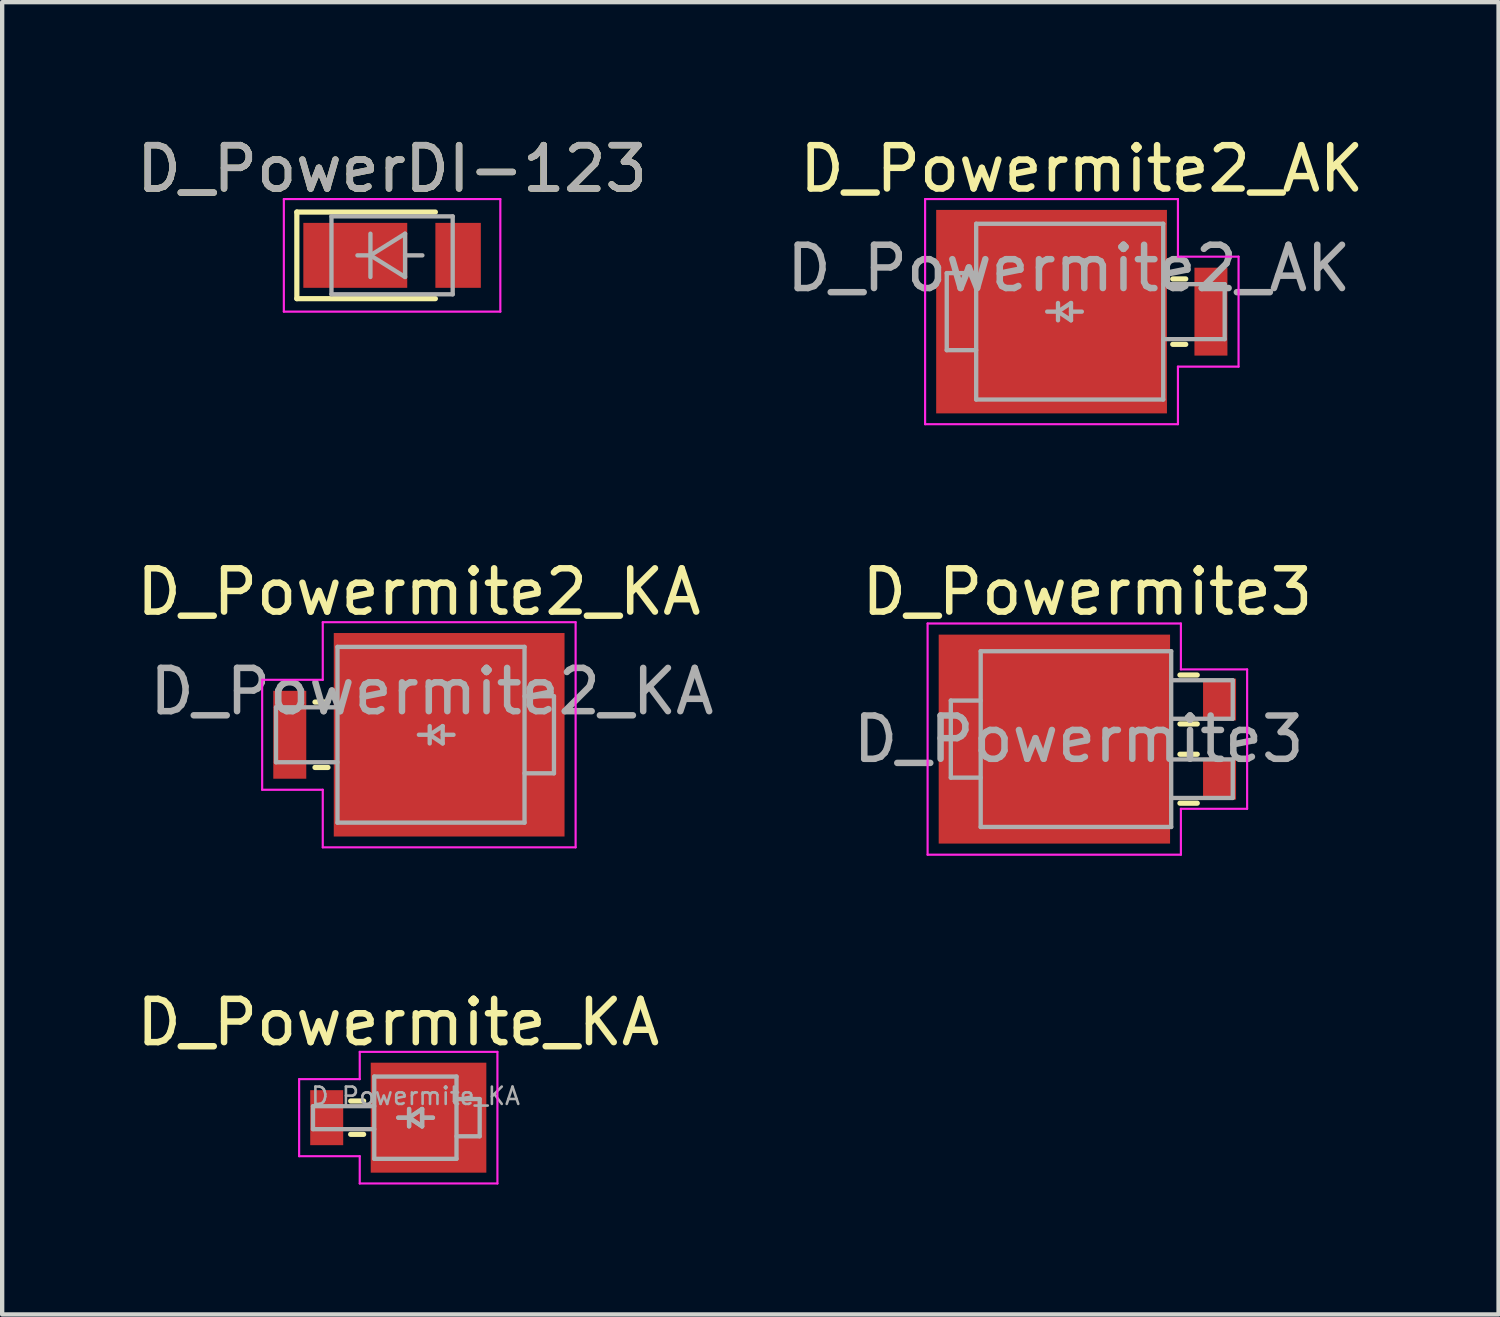
<source format=kicad_pcb>
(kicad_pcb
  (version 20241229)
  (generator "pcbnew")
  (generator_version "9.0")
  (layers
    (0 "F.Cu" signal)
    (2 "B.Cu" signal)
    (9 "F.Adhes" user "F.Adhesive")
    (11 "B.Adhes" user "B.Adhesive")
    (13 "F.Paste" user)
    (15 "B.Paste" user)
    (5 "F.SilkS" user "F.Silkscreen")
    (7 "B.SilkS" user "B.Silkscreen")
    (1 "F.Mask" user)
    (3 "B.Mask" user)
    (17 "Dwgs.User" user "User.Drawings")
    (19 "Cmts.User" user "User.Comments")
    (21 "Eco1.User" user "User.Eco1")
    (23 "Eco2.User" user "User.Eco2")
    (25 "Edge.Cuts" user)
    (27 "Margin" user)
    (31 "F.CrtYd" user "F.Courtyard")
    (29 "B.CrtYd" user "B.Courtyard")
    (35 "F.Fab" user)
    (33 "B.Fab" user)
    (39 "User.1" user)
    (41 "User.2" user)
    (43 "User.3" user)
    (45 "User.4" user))
  (footprint "D_PowerDI-123"
    (layer "F.Cu")
    (at 6.006 2.848)
    (property "Reference" "D_PowerDI-123" (at 0 -2 0) (layer "F.SilkS") (effects (font (size 1 1) (thickness 0.15))))
    (attr smd)
    (fp_line (start -2.2 1) (end -2.2 -1) (stroke (width 0.12) (type solid)) (layer "F.SilkS"))
    (fp_line (start -2.2 1) (end 1 1) (stroke (width 0.12) (type solid)) (layer "F.SilkS"))
    (fp_line (start 1 -1) (end -2.2 -1) (stroke (width 0.12) (type solid)) (layer "F.SilkS"))
    (fp_line (start -2.5 -1.3) (end 2.5 -1.3) (stroke (width 0.05) (type solid)) (layer "F.CrtYd"))
    (fp_line (start -2.5 1.3) (end -2.5 -1.3) (stroke (width 0.05) (type solid)) (layer "F.CrtYd"))
    (fp_line (start 2.5 -1.3) (end 2.5 1.3) (stroke (width 0.05) (type solid)) (layer "F.CrtYd"))
    (fp_line (start 2.5 1.3) (end -2.5 1.3) (stroke (width 0.05) (type solid)) (layer "F.CrtYd"))
    (fp_line (start -1.4 -0.9) (end 1.4 -0.9) (stroke (width 0.1) (type solid)) (layer "F.Fab"))
    (fp_line (start -1.4 0.9) (end -1.4 -0.9) (stroke (width 0.1) (type solid)) (layer "F.Fab"))
    (fp_line (start -0.8 0) (end -0.5 0) (stroke (width 0.1) (type solid)) (layer "F.Fab"))
    (fp_line (start -0.5 0) (end -0.5 -0.5) (stroke (width 0.1) (type solid)) (layer "F.Fab"))
    (fp_line (start -0.5 0) (end -0.5 0.5) (stroke (width 0.1) (type solid)) (layer "F.Fab"))
    (fp_line (start -0.5 0) (end 0.3 0.5) (stroke (width 0.1) (type solid)) (layer "F.Fab"))
    (fp_line (start 0.3 -0.5) (end -0.5 0) (stroke (width 0.1) (type solid)) (layer "F.Fab"))
    (fp_line (start 0.3 0) (end 0.7 0) (stroke (width 0.1) (type solid)) (layer "F.Fab"))
    (fp_line (start 0.3 0.5) (end 0.3 -0.5) (stroke (width 0.1) (type solid)) (layer "F.Fab"))
    (fp_line (start 1.4 -0.9) (end 1.4 0.9) (stroke (width 0.1) (type solid)) (layer "F.Fab"))
    (fp_line (start 1.4 0.9) (end -1.4 0.9) (stroke (width 0.1) (type solid)) (layer "F.Fab"))
    (fp_text user "${REFERENCE}" (at 0 -2 0) (layer "F.Fab") (effects (font (size 1 1) (thickness 0.15))))
    (pad "1" smd rect (at -0.85 0 180) (size 2.4 1.5) (layers "F.Cu" "F.Mask" "F.Paste"))
    (pad "2" smd rect (at 1.525 0 180) (size 1.05 1.5) (layers "F.Cu" "F.Mask" "F.Paste")))
  (footprint "D_Powermite_KA"
    (layer "F.Cu")
    (at 6.149 22.765)
    (property "Reference" "D_Powermite_KA" (at 0 -2.2 0) (layer "F.SilkS") (effects (font (size 1 1) (thickness 0.15))))
    (attr smd)
    (fp_line (start -1.1 -0.385) (end -0.8 -0.385) (stroke (width 0.12) (type solid)) (layer "F.SilkS"))
    (fp_line (start -1.1 0.385) (end -0.8 0.385) (stroke (width 0.12) (type solid)) (layer "F.SilkS"))
    (fp_line (start -2.29 -0.89) (end -2.29 0.89) (stroke (width 0.05) (type solid)) (layer "F.CrtYd"))
    (fp_line (start -2.29 0.89) (end -0.89 0.89) (stroke (width 0.05) (type solid)) (layer "F.CrtYd"))
    (fp_line (start -0.89 -1.52) (end -0.89 -0.89) (stroke (width 0.05) (type solid)) (layer "F.CrtYd"))
    (fp_line (start -0.89 -0.89) (end -2.29 -0.89) (stroke (width 0.05) (type solid)) (layer "F.CrtYd"))
    (fp_line (start -0.89 0.89) (end -0.89 1.52) (stroke (width 0.05) (type solid)) (layer "F.CrtYd"))
    (fp_line (start -0.89 1.52) (end 2.29 1.52) (stroke (width 0.05) (type solid)) (layer "F.CrtYd"))
    (fp_line (start 2.29 -1.52) (end -0.89 -1.52) (stroke (width 0.05) (type solid)) (layer "F.CrtYd"))
    (fp_line (start 2.29 1.52) (end 2.29 -1.52) (stroke (width 0.05) (type solid)) (layer "F.CrtYd"))
    (fp_line (start -1.97 -0.265) (end -1.97 0.265) (stroke (width 0.1) (type solid)) (layer "F.Fab"))
    (fp_line (start -1.97 -0.265) (end -0.555 -0.265) (stroke (width 0.1) (type solid)) (layer "F.Fab"))
    (fp_line (start -1.97 0.265) (end -0.555 0.265) (stroke (width 0.1) (type solid)) (layer "F.Fab"))
    (fp_line (start -0.555 -0.95) (end -0.555 0.95) (stroke (width 0.1) (type solid)) (layer "F.Fab"))
    (fp_line (start -0.555 0.95) (end 1.345 0.95) (stroke (width 0.1) (type solid)) (layer "F.Fab"))
    (fp_line (start 0.25 0) (end 0 0) (stroke (width 0.1) (type solid)) (layer "F.Fab"))
    (fp_line (start 0.25 0) (end 0 0) (stroke (width 0.1) (type solid)) (layer "F.Fab"))
    (fp_line (start 0.25 0) (end 0.55 0.2) (stroke (width 0.1) (type solid)) (layer "F.Fab"))
    (fp_line (start 0.25 0) (end 0.55 0.2) (stroke (width 0.1) (type solid)) (layer "F.Fab"))
    (fp_line (start 0.25 0.2) (end 0.25 -0.2) (stroke (width 0.1) (type solid)) (layer "F.Fab"))
    (fp_line (start 0.25 0.2) (end 0.25 -0.2) (stroke (width 0.1) (type solid)) (layer "F.Fab"))
    (fp_line (start 0.55 -0.2) (end 0.25 0) (stroke (width 0.1) (type solid)) (layer "F.Fab"))
    (fp_line (start 0.55 -0.2) (end 0.25 0) (stroke (width 0.1) (type solid)) (layer "F.Fab"))
    (fp_line (start 0.55 0) (end 0.8 0) (stroke (width 0.1) (type solid)) (layer "F.Fab"))
    (fp_line (start 0.55 0) (end 0.8 0) (stroke (width 0.1) (type solid)) (layer "F.Fab"))
    (fp_line (start 0.55 0.2) (end 0.55 -0.2) (stroke (width 0.1) (type solid)) (layer "F.Fab"))
    (fp_line (start 0.55 0.2) (end 0.55 -0.2) (stroke (width 0.1) (type solid)) (layer "F.Fab"))
    (fp_line (start 1.345 -0.95) (end -0.555 -0.95) (stroke (width 0.1) (type solid)) (layer "F.Fab"))
    (fp_line (start 1.345 -0.43) (end 1.88 -0.43) (stroke (width 0.1) (type solid)) (layer "F.Fab"))
    (fp_line (start 1.345 0.95) (end 1.345 -0.95) (stroke (width 0.1) (type solid)) (layer "F.Fab"))
    (fp_line (start 1.88 -0.43) (end 1.88 0.43) (stroke (width 0.1) (type solid)) (layer "F.Fab"))
    (fp_line (start 1.88 0.43) (end 1.345 0.43) (stroke (width 0.1) (type solid)) (layer "F.Fab"))
    (fp_text user "${REFERENCE}" (at 0.4 -0.5 0) (layer "F.Fab") (effects (font (size 0.4 0.4) (thickness 0.06))))
    (pad "1" smd rect (at -1.653 0) (size 0.762 1.27) (layers "F.Cu" "F.Mask" "F.Paste"))
    (pad "2" smd rect (at 0.699 0) (size 2.67 2.54) (layers "F.Cu" "F.Mask" "F.Paste")))
  (footprint "D_Powermite3"
    (layer "F.Cu")
    (at 22.065 14.021)
    (property "Reference" "D_Powermite3" (at 0 -3.4 0) (layer "F.SilkS") (effects (font (size 1 1) (thickness 0.15))))
    (attr smd)
    (fp_line (start 2.538 -1.48) (end 2.138 -1.48) (stroke (width 0.12) (type solid)) (layer "F.SilkS"))
    (fp_line (start 2.538 -0.35) (end 2.138 -0.35) (stroke (width 0.12) (type solid)) (layer "F.SilkS"))
    (fp_line (start 2.538 0.35) (end 2.138 0.35) (stroke (width 0.12) (type solid)) (layer "F.SilkS"))
    (fp_line (start 2.538 1.48) (end 2.138 1.48) (stroke (width 0.12) (type solid)) (layer "F.SilkS"))
    (fp_line (start -3.69 -2.67) (end -3.69 2.67) (stroke (width 0.05) (type solid)) (layer "F.CrtYd"))
    (fp_line (start -3.69 2.67) (end 2.16 2.67) (stroke (width 0.05) (type solid)) (layer "F.CrtYd"))
    (fp_line (start 2.16 -2.67) (end -3.69 -2.67) (stroke (width 0.05) (type solid)) (layer "F.CrtYd"))
    (fp_line (start 2.16 -1.61) (end 2.16 -2.67) (stroke (width 0.05) (type solid)) (layer "F.CrtYd"))
    (fp_line (start 2.16 1.61) (end 3.69 1.61) (stroke (width 0.05) (type solid)) (layer "F.CrtYd"))
    (fp_line (start 2.16 2.67) (end 2.16 1.61) (stroke (width 0.05) (type solid)) (layer "F.CrtYd"))
    (fp_line (start 3.69 -1.61) (end 2.16 -1.61) (stroke (width 0.05) (type solid)) (layer "F.CrtYd"))
    (fp_line (start 3.69 1.61) (end 3.69 -1.61) (stroke (width 0.05) (type solid)) (layer "F.CrtYd"))
    (fp_line (start -3.154 -0.89) (end -2.464 -0.89) (stroke (width 0.1) (type solid)) (layer "F.Fab"))
    (fp_line (start -3.154 0.89) (end -3.154 -0.89) (stroke (width 0.1) (type solid)) (layer "F.Fab"))
    (fp_line (start -2.464 -2.03) (end -2.464 2.03) (stroke (width 0.1) (type solid)) (layer "F.Fab"))
    (fp_line (start -2.464 0.89) (end -3.154 0.89) (stroke (width 0.1) (type solid)) (layer "F.Fab"))
    (fp_line (start -2.464 2.03) (end 1.936 2.03) (stroke (width 0.1) (type solid)) (layer "F.Fab"))
    (fp_line (start 1.936 -2.03) (end -2.464 -2.03) (stroke (width 0.1) (type solid)) (layer "F.Fab"))
    (fp_line (start 1.936 2.03) (end 1.936 -2.03) (stroke (width 0.1) (type solid)) (layer "F.Fab"))
    (fp_line (start 3.358 -1.359) (end 1.936 -1.359) (stroke (width 0.1) (type solid)) (layer "F.Fab"))
    (fp_line (start 3.358 -0.47) (end 1.936 -0.47) (stroke (width 0.1) (type solid)) (layer "F.Fab"))
    (fp_line (start 3.358 -0.47) (end 3.358 -1.359) (stroke (width 0.1) (type solid)) (layer "F.Fab"))
    (fp_line (start 3.358 0.47) (end 1.936 0.47) (stroke (width 0.1) (type solid)) (layer "F.Fab"))
    (fp_line (start 3.358 1.359) (end 1.936 1.359) (stroke (width 0.1) (type solid)) (layer "F.Fab"))
    (fp_line (start 3.358 1.359) (end 3.358 0.47) (stroke (width 0.1) (type solid)) (layer "F.Fab"))
    (fp_text user "${REFERENCE}" (at -0.2 0 0) (layer "F.Fab") (effects (font (size 1 1) (thickness 0.15))))
    (pad "1" smd rect (at -0.762 0 180) (size 5.344 4.826) (layers "F.Cu" "F.Mask" "F.Paste"))
    (pad "2" smd rect (at 3.053 -0.914 180) (size 0.762 0.965) (layers "F.Cu" "F.Mask" "F.Paste"))
    (pad "3" smd rect (at 3.053 0.914 180) (size 0.762 0.965) (layers "F.Cu" "F.Mask" "F.Paste")))
  (footprint "D_Powermite2_KA"
    (layer "F.Cu")
    (at 6.625 13.921)
    (property "Reference" "D_Powermite2_KA" (at 0 -3.3 0) (layer "F.SilkS") (effects (font (size 1 1) (thickness 0.15))))
    (attr smd)
    (fp_line (start -2.4 -0.755) (end -2.1 -0.755) (stroke (width 0.12) (type solid)) (layer "F.SilkS"))
    (fp_line (start -2.4 0.755) (end -2.1 0.755) (stroke (width 0.12) (type solid)) (layer "F.SilkS"))
    (fp_line (start -3.62 -1.27) (end -3.62 1.27) (stroke (width 0.05) (type solid)) (layer "F.CrtYd"))
    (fp_line (start -3.62 1.27) (end -2.22 1.27) (stroke (width 0.05) (type solid)) (layer "F.CrtYd"))
    (fp_line (start -2.22 -2.6) (end -2.22 -1.27) (stroke (width 0.05) (type solid)) (layer "F.CrtYd"))
    (fp_line (start -2.22 -1.27) (end -3.62 -1.27) (stroke (width 0.05) (type solid)) (layer "F.CrtYd"))
    (fp_line (start -2.22 1.27) (end -2.22 2.6) (stroke (width 0.05) (type solid)) (layer "F.CrtYd"))
    (fp_line (start -2.22 2.6) (end 3.62 2.6) (stroke (width 0.05) (type solid)) (layer "F.CrtYd"))
    (fp_line (start 3.62 -2.6) (end -2.22 -2.6) (stroke (width 0.05) (type solid)) (layer "F.CrtYd"))
    (fp_line (start 3.62 2.6) (end 3.62 -2.6) (stroke (width 0.05) (type solid)) (layer "F.CrtYd"))
    (fp_line (start -3.3 -0.635) (end -3.3 0.635) (stroke (width 0.1) (type solid)) (layer "F.Fab"))
    (fp_line (start -3.3 -0.635) (end -1.88 -0.635) (stroke (width 0.1) (type solid)) (layer "F.Fab"))
    (fp_line (start -3.3 0.635) (end -1.88 0.635) (stroke (width 0.1) (type solid)) (layer "F.Fab"))
    (fp_line (start -1.88 -2.03) (end -1.88 2.03) (stroke (width 0.1) (type solid)) (layer "F.Fab"))
    (fp_line (start -1.88 2.03) (end 2.44 2.03) (stroke (width 0.1) (type solid)) (layer "F.Fab"))
    (fp_line (start 0.25 0) (end 0 0) (stroke (width 0.1) (type solid)) (layer "F.Fab"))
    (fp_line (start 0.25 0) (end 0.55 0.2) (stroke (width 0.1) (type solid)) (layer "F.Fab"))
    (fp_line (start 0.25 0.2) (end 0.25 -0.2) (stroke (width 0.1) (type solid)) (layer "F.Fab"))
    (fp_line (start 0.55 -0.2) (end 0.25 0) (stroke (width 0.1) (type solid)) (layer "F.Fab"))
    (fp_line (start 0.55 0) (end 0.8 0) (stroke (width 0.1) (type solid)) (layer "F.Fab"))
    (fp_line (start 0.55 0.2) (end 0.55 -0.2) (stroke (width 0.1) (type solid)) (layer "F.Fab"))
    (fp_line (start 2.44 -2.03) (end -1.88 -2.03) (stroke (width 0.1) (type solid)) (layer "F.Fab"))
    (fp_line (start 2.44 -0.89) (end 3.12 -0.89) (stroke (width 0.1) (type solid)) (layer "F.Fab"))
    (fp_line (start 2.44 2.03) (end 2.44 -2.03) (stroke (width 0.1) (type solid)) (layer "F.Fab"))
    (fp_line (start 3.12 -0.89) (end 3.12 0.89) (stroke (width 0.1) (type solid)) (layer "F.Fab"))
    (fp_line (start 3.12 0.89) (end 2.44 0.89) (stroke (width 0.1) (type solid)) (layer "F.Fab"))
    (fp_text user "${REFERENCE}" (at 0.3 -1 0) (layer "F.Fab") (effects (font (size 1 1) (thickness 0.15))))
    (pad "1" smd rect (at -2.982 0) (size 0.762 2.03) (layers "F.Cu" "F.Mask" "F.Paste"))
    (pad "2" smd rect (at 0.699 0) (size 5.33 4.7) (layers "F.Cu" "F.Mask" "F.Paste")))
  (footprint "D_Powermite2_AK"
    (layer "F.Cu")
    (at 21.937 4.148)
    (property "Reference" "D_Powermite2_AK" (at 0 -3.3 0) (layer "F.SilkS") (effects (font (size 1 1) (thickness 0.15))))
    (attr smd)
    (fp_line (start 2.4 -0.755) (end 2.1 -0.755) (stroke (width 0.12) (type solid)) (layer "F.SilkS"))
    (fp_line (start 2.4 0.755) (end 2.1 0.755) (stroke (width 0.12) (type solid)) (layer "F.SilkS"))
    (fp_line (start -3.62 -2.6) (end -3.62 2.6) (stroke (width 0.05) (type solid)) (layer "F.CrtYd"))
    (fp_line (start -3.62 2.6) (end 2.22 2.6) (stroke (width 0.05) (type solid)) (layer "F.CrtYd"))
    (fp_line (start 2.22 -2.6) (end -3.62 -2.6) (stroke (width 0.05) (type solid)) (layer "F.CrtYd"))
    (fp_line (start 2.22 -1.27) (end 2.22 -2.6) (stroke (width 0.05) (type solid)) (layer "F.CrtYd"))
    (fp_line (start 2.22 1.27) (end 3.62 1.27) (stroke (width 0.05) (type solid)) (layer "F.CrtYd"))
    (fp_line (start 2.22 2.6) (end 2.22 1.27) (stroke (width 0.05) (type solid)) (layer "F.CrtYd"))
    (fp_line (start 3.62 -1.27) (end 2.22 -1.27) (stroke (width 0.05) (type solid)) (layer "F.CrtYd"))
    (fp_line (start 3.62 1.27) (end 3.62 -1.27) (stroke (width 0.05) (type solid)) (layer "F.CrtYd"))
    (fp_line (start -3.12 -0.89) (end -2.44 -0.89) (stroke (width 0.1) (type solid)) (layer "F.Fab"))
    (fp_line (start -3.12 0.89) (end -3.12 -0.89) (stroke (width 0.1) (type solid)) (layer "F.Fab"))
    (fp_line (start -2.44 -2.03) (end -2.44 2.03) (stroke (width 0.1) (type solid)) (layer "F.Fab"))
    (fp_line (start -2.44 0.89) (end -3.12 0.89) (stroke (width 0.1) (type solid)) (layer "F.Fab"))
    (fp_line (start -2.44 2.03) (end 1.88 2.03) (stroke (width 0.1) (type solid)) (layer "F.Fab"))
    (fp_line (start -0.55 0) (end -0.8 0) (stroke (width 0.1) (type solid)) (layer "F.Fab"))
    (fp_line (start -0.55 0) (end -0.25 0.2) (stroke (width 0.1) (type solid)) (layer "F.Fab"))
    (fp_line (start -0.55 0.2) (end -0.55 -0.2) (stroke (width 0.1) (type solid)) (layer "F.Fab"))
    (fp_line (start -0.25 -0.2) (end -0.55 0) (stroke (width 0.1) (type solid)) (layer "F.Fab"))
    (fp_line (start -0.25 0) (end 0 0) (stroke (width 0.1) (type solid)) (layer "F.Fab"))
    (fp_line (start -0.25 0.2) (end -0.25 -0.2) (stroke (width 0.1) (type solid)) (layer "F.Fab"))
    (fp_line (start 1.88 -2.03) (end -2.44 -2.03) (stroke (width 0.1) (type solid)) (layer "F.Fab"))
    (fp_line (start 1.88 2.03) (end 1.88 -2.03) (stroke (width 0.1) (type solid)) (layer "F.Fab"))
    (fp_line (start 3.3 -0.635) (end 1.88 -0.635) (stroke (width 0.1) (type solid)) (layer "F.Fab"))
    (fp_line (start 3.3 0.635) (end 1.88 0.635) (stroke (width 0.1) (type solid)) (layer "F.Fab"))
    (fp_line (start 3.3 0.635) (end 3.3 -0.635) (stroke (width 0.1) (type solid)) (layer "F.Fab"))
    (fp_text user "${REFERENCE}" (at -0.3 -1 0) (layer "F.Fab") (effects (font (size 1 1) (thickness 0.15))))
    (pad "1" smd rect (at -0.699 0) (size 5.33 4.7) (layers "F.Cu" "F.Mask" "F.Paste"))
    (pad "2" smd rect (at 2.982 0) (size 0.762 2.03) (layers "F.Cu" "F.Mask" "F.Paste")))
  (gr_rect
    (start -3 -3)
    (end 31.562 27.31)
    (stroke (width 0.1) (type default))
    (fill no)
    (layer "Edge.Cuts")))
</source>
